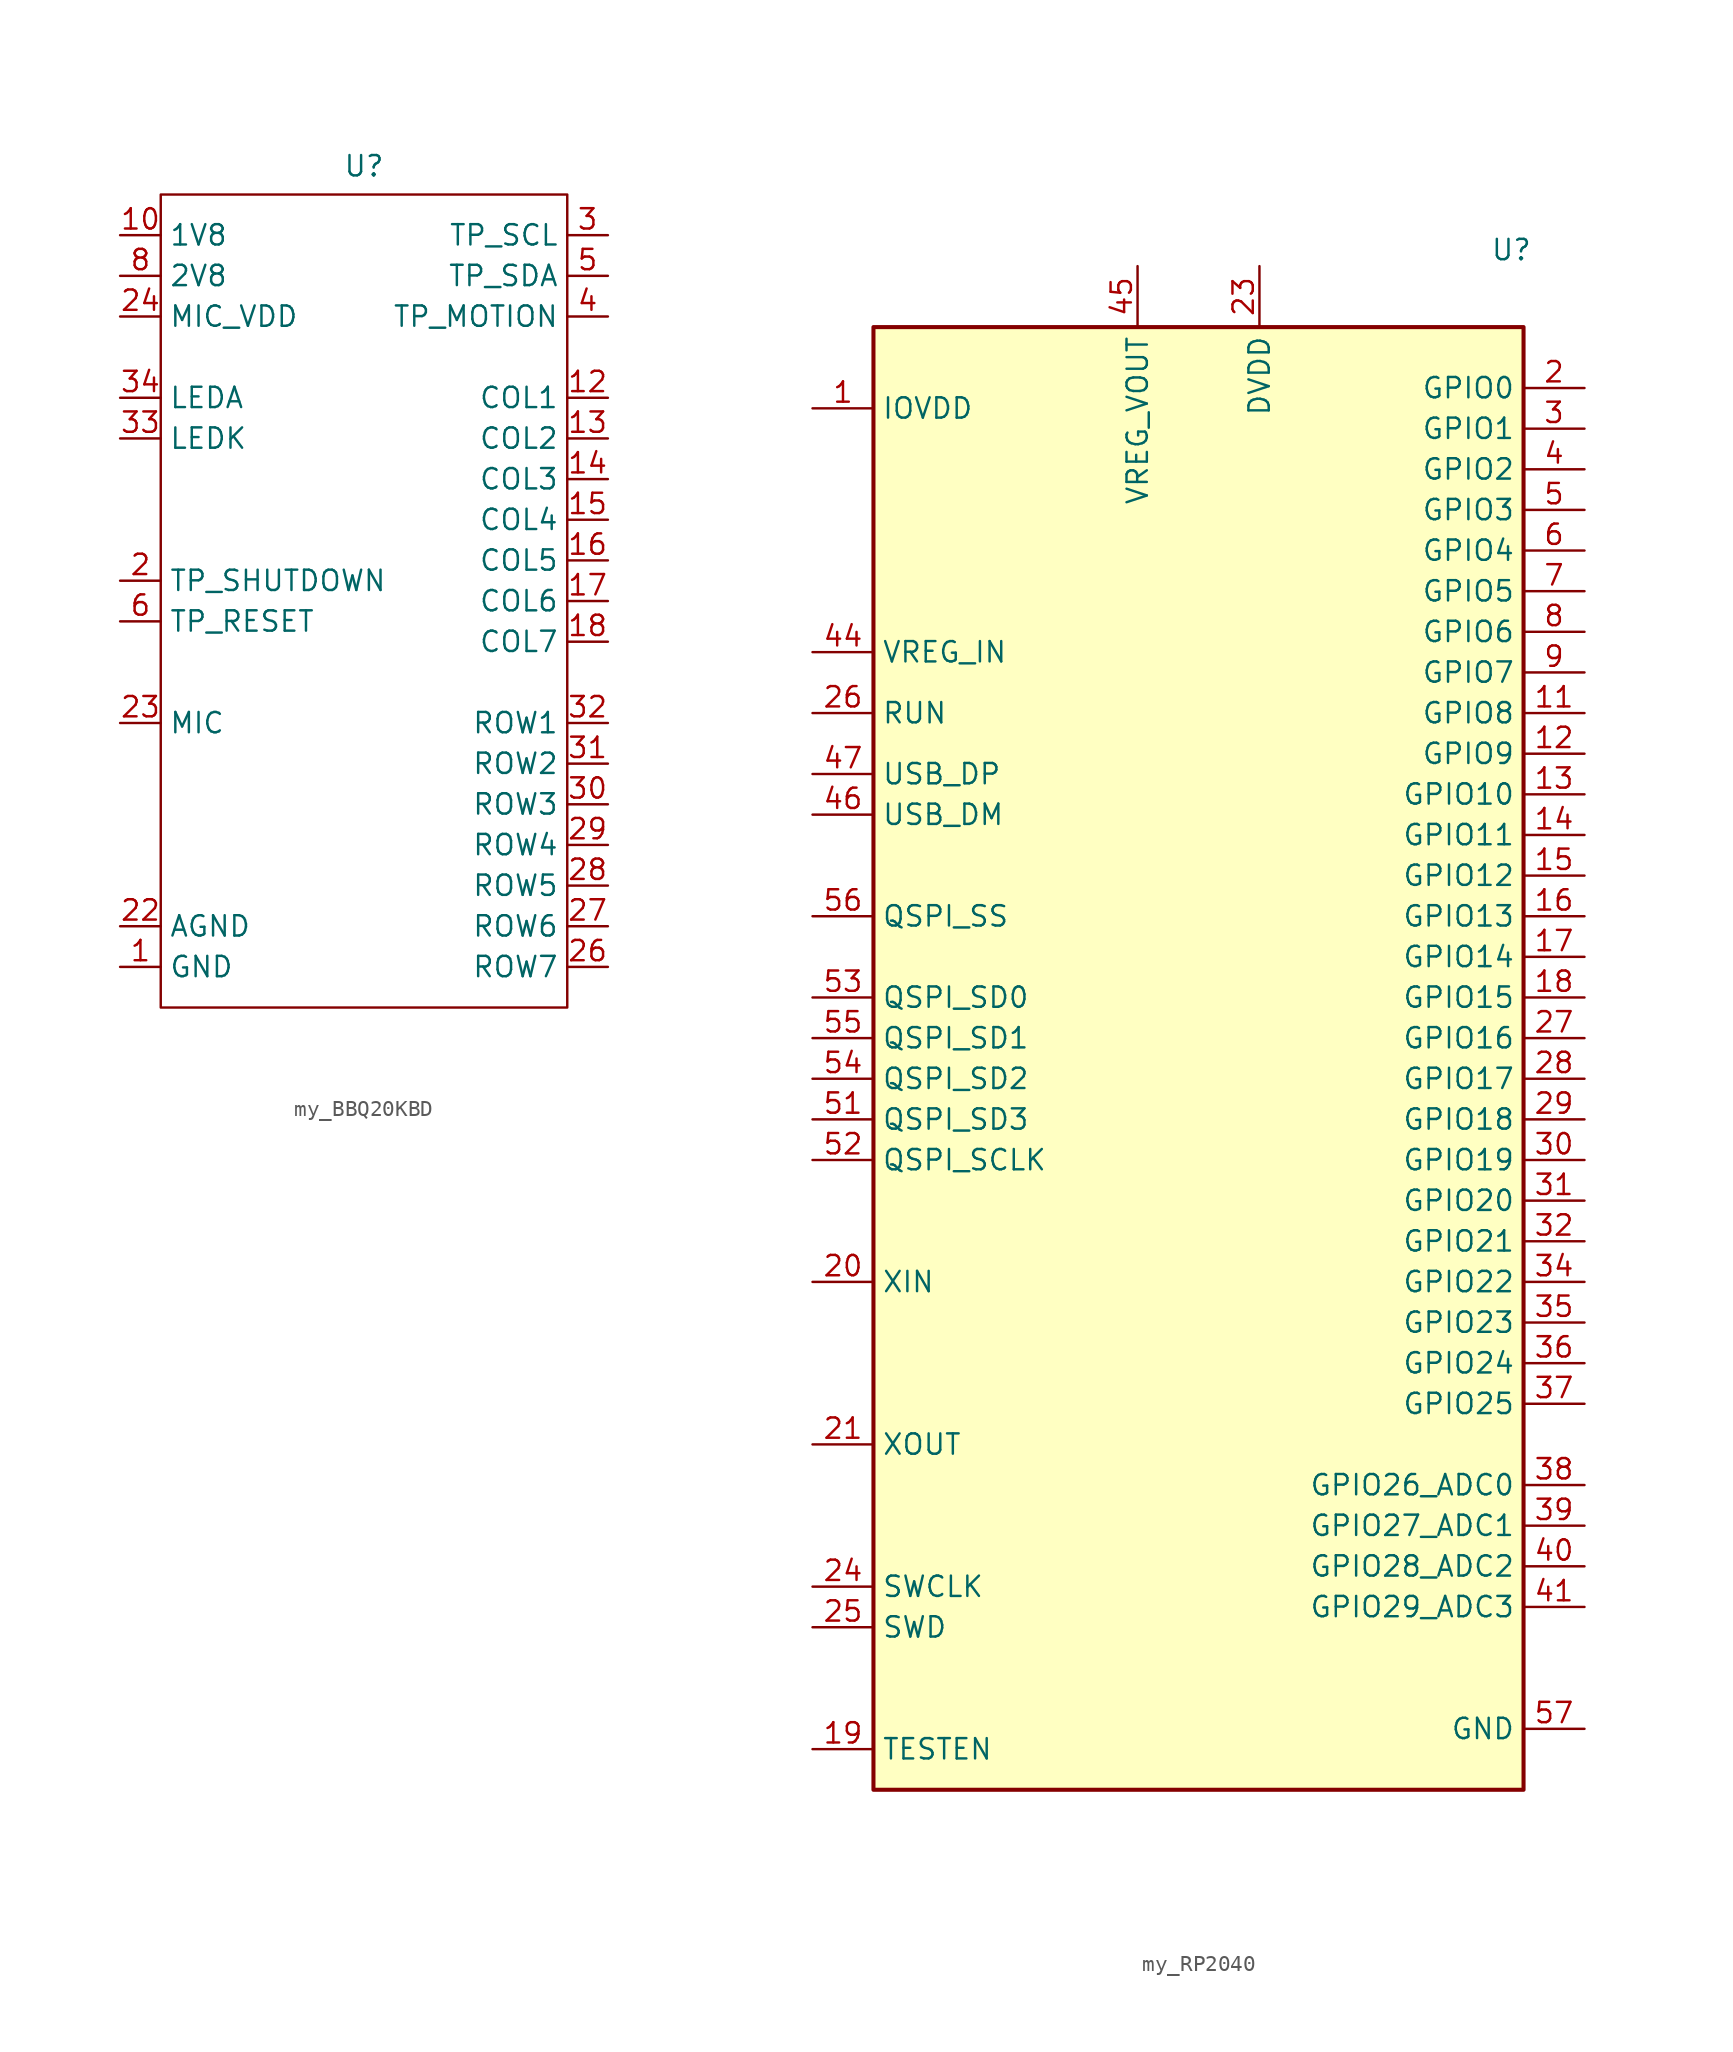
<source format=kicad_sym>
(kicad_symbol_lib
  (version 20231120)
  (generator "kicad_symbol_editor")
  (generator_version "8.0")
  (symbol "my_BBQ20KBD"
    (property "Reference" "U"
      (at 0 1.778 0)
      (effects (font (size 1.27 1.27))))
    (property "Value" ""
      (at 0 0 0)
      (effects (font (size 1.27 1.27))))
    (symbol "my_BBQ20KBD_0_1"
      (rectangle (start -12.7 0) (end 12.7 -50.8) (stroke (width 0) (type default)) (fill (type none))))
    (symbol "my_BBQ20KBD_1_1"
      (pin power_in line (at -15.24 -48.26 0) (length 2.54) (name "GND" (effects (font (size 1.27 1.27)))) (number "1" (effects (font (size 1.27 1.27)))))
      (pin power_in line (at -15.24 -2.54 0) (length 2.54) (name "1V8" (effects (font (size 1.27 1.27)))) (number "10" (effects (font (size 1.27 1.27)))))
      (pin power_in line (at -15.24 -48.26 0) (length 2.54) hide (name "GND" (effects (font (size 1.27 1.27)))) (number "11" (effects (font (size 1.27 1.27)))))
      (pin input line (at 15.24 -12.7 180) (length 2.54) (name "COL1" (effects (font (size 1.27 1.27)))) (number "12" (effects (font (size 1.27 1.27)))))
      (pin input line (at 15.24 -15.24 180) (length 2.54) (name "COL2" (effects (font (size 1.27 1.27)))) (number "13" (effects (font (size 1.27 1.27)))))
      (pin input line (at 15.24 -17.78 180) (length 2.54) (name "COL3" (effects (font (size 1.27 1.27)))) (number "14" (effects (font (size 1.27 1.27)))))
      (pin input line (at 15.24 -20.32 180) (length 2.54) (name "COL4" (effects (font (size 1.27 1.27)))) (number "15" (effects (font (size 1.27 1.27)))))
      (pin input line (at 15.24 -22.86 180) (length 2.54) (name "COL5" (effects (font (size 1.27 1.27)))) (number "16" (effects (font (size 1.27 1.27)))))
      (pin input line (at 15.24 -25.4 180) (length 2.54) (name "COL6" (effects (font (size 1.27 1.27)))) (number "17" (effects (font (size 1.27 1.27)))))
      (pin input line (at 15.24 -27.94 180) (length 2.54) (name "COL7" (effects (font (size 1.27 1.27)))) (number "18" (effects (font (size 1.27 1.27)))))
      (pin power_in line (at -15.24 -48.26 0) (length 2.54) hide (name "GND" (effects (font (size 1.27 1.27)))) (number "19" (effects (font (size 1.27 1.27)))))
      (pin input line (at -15.24 -24.13 0) (length 2.54) (name "TP_SHUTDOWN" (effects (font (size 1.27 1.27)))) (number "2" (effects (font (size 1.27 1.27)))))
      (pin power_in line (at -15.24 -48.26 0) (length 2.54) hide (name "GND" (effects (font (size 1.27 1.27)))) (number "20" (effects (font (size 1.27 1.27)))))
      (pin power_in line (at -15.24 -48.26 0) (length 2.54) hide (name "GND" (effects (font (size 1.27 1.27)))) (number "21" (effects (font (size 1.27 1.27)))))
      (pin power_in line (at -15.24 -45.72 0) (length 2.54) (name "AGND" (effects (font (size 1.27 1.27)))) (number "22" (effects (font (size 1.27 1.27)))))
      (pin output line (at -15.24 -33.02 0) (length 2.54) (name "MIC" (effects (font (size 1.27 1.27)))) (number "23" (effects (font (size 1.27 1.27)))))
      (pin input line (at -15.24 -7.62 0) (length 2.54) (name "MIC_VDD" (effects (font (size 1.27 1.27)))) (number "24" (effects (font (size 1.27 1.27)))))
      (pin passive line (at -15.24 -48.26 0) (length 2.54) hide (name "GND" (effects (font (size 1.27 1.27)))) (number "25" (effects (font (size 1.27 1.27)))))
      (pin input line (at 15.24 -48.26 180) (length 2.54) (name "ROW7" (effects (font (size 1.27 1.27)))) (number "26" (effects (font (size 1.27 1.27)))))
      (pin input line (at 15.24 -45.72 180) (length 2.54) (name "ROW6" (effects (font (size 1.27 1.27)))) (number "27" (effects (font (size 1.27 1.27)))))
      (pin input line (at 15.24 -43.18 180) (length 2.54) (name "ROW5" (effects (font (size 1.27 1.27)))) (number "28" (effects (font (size 1.27 1.27)))))
      (pin input line (at 15.24 -40.64 180) (length 2.54) (name "ROW4" (effects (font (size 1.27 1.27)))) (number "29" (effects (font (size 1.27 1.27)))))
      (pin input line (at 15.24 -2.54 180) (length 2.54) (name "TP_SCL" (effects (font (size 1.27 1.27)))) (number "3" (effects (font (size 1.27 1.27)))))
      (pin input line (at 15.24 -38.1 180) (length 2.54) (name "ROW3" (effects (font (size 1.27 1.27)))) (number "30" (effects (font (size 1.27 1.27)))))
      (pin input line (at 15.24 -35.56 180) (length 2.54) (name "ROW2" (effects (font (size 1.27 1.27)))) (number "31" (effects (font (size 1.27 1.27)))))
      (pin input line (at 15.24 -33.02 180) (length 2.54) (name "ROW1" (effects (font (size 1.27 1.27)))) (number "32" (effects (font (size 1.27 1.27)))))
      (pin input line (at -15.24 -15.24 0) (length 2.54) (name "LEDK" (effects (font (size 1.27 1.27)))) (number "33" (effects (font (size 1.27 1.27)))))
      (pin power_in line (at -15.24 -12.7 0) (length 2.54) (name "LEDA" (effects (font (size 1.27 1.27)))) (number "34" (effects (font (size 1.27 1.27)))))
      (pin passive line (at -15.24 -15.24 0) (length 2.54) hide (name "LEDK" (effects (font (size 1.27 1.27)))) (number "35" (effects (font (size 1.27 1.27)))))
      (pin passive line (at -15.24 -12.7 0) (length 2.54) hide (name "LEDA" (effects (font (size 1.27 1.27)))) (number "36" (effects (font (size 1.27 1.27)))))
      (pin passive line (at -15.24 -15.24 0) (length 2.54) hide (name "LEDK" (effects (font (size 1.27 1.27)))) (number "37" (effects (font (size 1.27 1.27)))))
      (pin no_connect line (at -15.24 -17.78 0) (length 2.54) hide (name "NC" (effects (font (size 1.27 1.27)))) (number "38" (effects (font (size 1.27 1.27)))))
      (pin no_connect line (at -15.24 -20.32 0) (length 2.54) hide (name "NC" (effects (font (size 1.27 1.27)))) (number "39" (effects (font (size 1.27 1.27)))))
      (pin output line (at 15.24 -7.62 180) (length 2.54) (name "TP_MOTION" (effects (font (size 1.27 1.27)))) (number "4" (effects (font (size 1.27 1.27)))))
      (pin passive line (at -15.24 -48.26 0) (length 2.54) hide (name "GND" (effects (font (size 1.27 1.27)))) (number "40" (effects (font (size 1.27 1.27)))))
      (pin bidirectional line (at 15.24 -5.08 180) (length 2.54) (name "TP_SDA" (effects (font (size 1.27 1.27)))) (number "5" (effects (font (size 1.27 1.27)))))
      (pin input line (at -15.24 -26.67 0) (length 2.54) (name "TP_RESET" (effects (font (size 1.27 1.27)))) (number "6" (effects (font (size 1.27 1.27)))))
      (pin passive line (at -15.24 -48.26 0) (length 2.54) hide (name "GND" (effects (font (size 1.27 1.27)))) (number "7" (effects (font (size 1.27 1.27)))))
      (pin power_in line (at -15.24 -5.08 0) (length 2.54) (name "2V8" (effects (font (size 1.27 1.27)))) (number "8" (effects (font (size 1.27 1.27)))))
      (pin power_in line (at -15.24 -48.26 0) (length 2.54) hide (name "GND" (effects (font (size 1.27 1.27)))) (number "9" (effects (font (size 1.27 1.27)))))))
  (symbol "my_RP2040"
    (property "Reference" "U"
      (at 20.828 -1.524 0)
      (effects (font (size 1.27 1.27))))
    (property "Value" ""
      (at 6.35 0 0)
      (effects (font (size 1.27 1.27))))
    (symbol "my_RP2040_0_1"
      (rectangle (start -19.05 -6.35) (end 21.59 -97.79) (stroke (width 0.254) (type default)) (fill (type background))))
    (symbol "my_RP2040_1_1"
      (pin power_in line (at -22.86 -11.43 0) (length 3.81) (name "IOVDD" (effects (font (size 1.27 1.27)))) (number "1" (effects (font (size 1.27 1.27)))))
      (pin passive line (at -22.86 -11.43 0) (length 3.81) hide (name "IOVDD" (effects (font (size 1.27 1.27)))) (number "10" (effects (font (size 1.27 1.27)))))
      (pin bidirectional line (at 25.4 -30.48 180) (length 3.81) (name "GPIO8" (effects (font (size 1.27 1.27)))) (number "11" (effects (font (size 1.27 1.27)))))
      (pin bidirectional line (at 25.4 -33.02 180) (length 3.81) (name "GPIO9" (effects (font (size 1.27 1.27)))) (number "12" (effects (font (size 1.27 1.27)))))
      (pin bidirectional line (at 25.4 -35.56 180) (length 3.81) (name "GPIO10" (effects (font (size 1.27 1.27)))) (number "13" (effects (font (size 1.27 1.27)))))
      (pin bidirectional line (at 25.4 -38.1 180) (length 3.81) (name "GPIO11" (effects (font (size 1.27 1.27)))) (number "14" (effects (font (size 1.27 1.27)))))
      (pin bidirectional line (at 25.4 -40.64 180) (length 3.81) (name "GPIO12" (effects (font (size 1.27 1.27)))) (number "15" (effects (font (size 1.27 1.27)))))
      (pin bidirectional line (at 25.4 -43.18 180) (length 3.81) (name "GPIO13" (effects (font (size 1.27 1.27)))) (number "16" (effects (font (size 1.27 1.27)))))
      (pin bidirectional line (at 25.4 -45.72 180) (length 3.81) (name "GPIO14" (effects (font (size 1.27 1.27)))) (number "17" (effects (font (size 1.27 1.27)))))
      (pin bidirectional line (at 25.4 -48.26 180) (length 3.81) (name "GPIO15" (effects (font (size 1.27 1.27)))) (number "18" (effects (font (size 1.27 1.27)))))
      (pin input line (at -22.86 -95.25 0) (length 3.81) (name "TESTEN" (effects (font (size 1.27 1.27)))) (number "19" (effects (font (size 1.27 1.27)))))
      (pin bidirectional line (at 25.4 -10.16 180) (length 3.81) (name "GPIO0" (effects (font (size 1.27 1.27)))) (number "2" (effects (font (size 1.27 1.27)))))
      (pin input line (at -22.86 -66.04 0) (length 3.81) (name "XIN" (effects (font (size 1.27 1.27)))) (number "20" (effects (font (size 1.27 1.27)))))
      (pin passive line (at -22.86 -76.2 0) (length 3.81) (name "XOUT" (effects (font (size 1.27 1.27)))) (number "21" (effects (font (size 1.27 1.27)))))
      (pin passive line (at -22.86 -11.43 0) (length 3.81) hide (name "IOVDD" (effects (font (size 1.27 1.27)))) (number "22" (effects (font (size 1.27 1.27)))))
      (pin power_in line (at 5.08 -2.54 270) (length 3.81) (name "DVDD" (effects (font (size 1.27 1.27)))) (number "23" (effects (font (size 1.27 1.27)))))
      (pin input line (at -22.86 -85.09 0) (length 3.81) (name "SWCLK" (effects (font (size 1.27 1.27)))) (number "24" (effects (font (size 1.27 1.27)))))
      (pin bidirectional line (at -22.86 -87.63 0) (length 3.81) (name "SWD" (effects (font (size 1.27 1.27)))) (number "25" (effects (font (size 1.27 1.27)))))
      (pin input line (at -22.86 -30.48 0) (length 3.81) (name "RUN" (effects (font (size 1.27 1.27)))) (number "26" (effects (font (size 1.27 1.27)))))
      (pin bidirectional line (at 25.4 -50.8 180) (length 3.81) (name "GPIO16" (effects (font (size 1.27 1.27)))) (number "27" (effects (font (size 1.27 1.27)))))
      (pin bidirectional line (at 25.4 -53.34 180) (length 3.81) (name "GPIO17" (effects (font (size 1.27 1.27)))) (number "28" (effects (font (size 1.27 1.27)))))
      (pin bidirectional line (at 25.4 -55.88 180) (length 3.81) (name "GPIO18" (effects (font (size 1.27 1.27)))) (number "29" (effects (font (size 1.27 1.27)))))
      (pin bidirectional line (at 25.4 -12.7 180) (length 3.81) (name "GPIO1" (effects (font (size 1.27 1.27)))) (number "3" (effects (font (size 1.27 1.27)))))
      (pin bidirectional line (at 25.4 -58.42 180) (length 3.81) (name "GPIO19" (effects (font (size 1.27 1.27)))) (number "30" (effects (font (size 1.27 1.27)))))
      (pin bidirectional line (at 25.4 -60.96 180) (length 3.81) (name "GPIO20" (effects (font (size 1.27 1.27)))) (number "31" (effects (font (size 1.27 1.27)))))
      (pin bidirectional line (at 25.4 -63.5 180) (length 3.81) (name "GPIO21" (effects (font (size 1.27 1.27)))) (number "32" (effects (font (size 1.27 1.27)))))
      (pin passive line (at -22.86 -11.43 0) (length 3.81) hide (name "IOVDD" (effects (font (size 1.27 1.27)))) (number "33" (effects (font (size 1.27 1.27)))))
      (pin bidirectional line (at 25.4 -66.04 180) (length 3.81) (name "GPIO22" (effects (font (size 1.27 1.27)))) (number "34" (effects (font (size 1.27 1.27)))))
      (pin bidirectional line (at 25.4 -68.58 180) (length 3.81) (name "GPIO23" (effects (font (size 1.27 1.27)))) (number "35" (effects (font (size 1.27 1.27)))))
      (pin bidirectional line (at 25.4 -71.12 180) (length 3.81) (name "GPIO24" (effects (font (size 1.27 1.27)))) (number "36" (effects (font (size 1.27 1.27)))))
      (pin bidirectional line (at 25.4 -73.66 180) (length 3.81) (name "GPIO25" (effects (font (size 1.27 1.27)))) (number "37" (effects (font (size 1.27 1.27)))))
      (pin bidirectional line (at 25.4 -78.74 180) (length 3.81) (name "GPIO26_ADC0" (effects (font (size 1.27 1.27)))) (number "38" (effects (font (size 1.27 1.27)))))
      (pin bidirectional line (at 25.4 -81.28 180) (length 3.81) (name "GPIO27_ADC1" (effects (font (size 1.27 1.27)))) (number "39" (effects (font (size 1.27 1.27)))))
      (pin bidirectional line (at 25.4 -15.24 180) (length 3.81) (name "GPIO2" (effects (font (size 1.27 1.27)))) (number "4" (effects (font (size 1.27 1.27)))))
      (pin bidirectional line (at 25.4 -83.82 180) (length 3.81) (name "GPIO28_ADC2" (effects (font (size 1.27 1.27)))) (number "40" (effects (font (size 1.27 1.27)))))
      (pin bidirectional line (at 25.4 -86.36 180) (length 3.81) (name "GPIO29_ADC3" (effects (font (size 1.27 1.27)))) (number "41" (effects (font (size 1.27 1.27)))))
      (pin passive line (at -22.86 -11.43 0) (length 3.81) hide (name "IOVDD" (effects (font (size 1.27 1.27)))) (number "42" (effects (font (size 1.27 1.27)))))
      (pin power_in line (at -22.86 -11.43 0) (length 3.81) hide (name "ADC_AVDD" (effects (font (size 1.27 1.27)))) (number "43" (effects (font (size 1.27 1.27)))))
      (pin power_in line (at -22.86 -26.67 0) (length 3.81) (name "VREG_IN" (effects (font (size 1.27 1.27)))) (number "44" (effects (font (size 1.27 1.27)))))
      (pin power_out line (at -2.54 -2.54 270) (length 3.81) (name "VREG_VOUT" (effects (font (size 1.27 1.27)))) (number "45" (effects (font (size 1.27 1.27)))))
      (pin bidirectional line (at -22.86 -36.83 0) (length 3.81) (name "USB_DM" (effects (font (size 1.27 1.27)))) (number "46" (effects (font (size 1.27 1.27)))))
      (pin bidirectional line (at -22.86 -34.29 0) (length 3.81) (name "USB_DP" (effects (font (size 1.27 1.27)))) (number "47" (effects (font (size 1.27 1.27)))))
      (pin power_in line (at -22.86 -11.43 0) (length 3.81) hide (name "USB_VDD" (effects (font (size 1.27 1.27)))) (number "48" (effects (font (size 1.27 1.27)))))
      (pin passive line (at -22.86 -11.43 0) (length 3.81) hide (name "IOVDD" (effects (font (size 1.27 1.27)))) (number "49" (effects (font (size 1.27 1.27)))))
      (pin bidirectional line (at 25.4 -17.78 180) (length 3.81) (name "GPIO3" (effects (font (size 1.27 1.27)))) (number "5" (effects (font (size 1.27 1.27)))))
      (pin passive line (at 5.08 -2.54 270) (length 3.81) hide (name "DVDD" (effects (font (size 1.27 1.27)))) (number "50" (effects (font (size 1.27 1.27)))))
      (pin bidirectional line (at -22.86 -55.88 0) (length 3.81) (name "QSPI_SD3" (effects (font (size 1.27 1.27)))) (number "51" (effects (font (size 1.27 1.27)))))
      (pin output line (at -22.86 -58.42 0) (length 3.81) (name "QSPI_SCLK" (effects (font (size 1.27 1.27)))) (number "52" (effects (font (size 1.27 1.27)))))
      (pin bidirectional line (at -22.86 -48.26 0) (length 3.81) (name "QSPI_SD0" (effects (font (size 1.27 1.27)))) (number "53" (effects (font (size 1.27 1.27)))))
      (pin bidirectional line (at -22.86 -53.34 0) (length 3.81) (name "QSPI_SD2" (effects (font (size 1.27 1.27)))) (number "54" (effects (font (size 1.27 1.27)))))
      (pin bidirectional line (at -22.86 -50.8 0) (length 3.81) (name "QSPI_SD1" (effects (font (size 1.27 1.27)))) (number "55" (effects (font (size 1.27 1.27)))))
      (pin bidirectional line (at -22.86 -43.18 0) (length 3.81) (name "QSPI_SS" (effects (font (size 1.27 1.27)))) (number "56" (effects (font (size 1.27 1.27)))))
      (pin power_in line (at 25.4 -93.98 180) (length 3.81) (name "GND" (effects (font (size 1.27 1.27)))) (number "57" (effects (font (size 1.27 1.27)))))
      (pin bidirectional line (at 25.4 -20.32 180) (length 3.81) (name "GPIO4" (effects (font (size 1.27 1.27)))) (number "6" (effects (font (size 1.27 1.27)))))
      (pin bidirectional line (at 25.4 -22.86 180) (length 3.81) (name "GPIO5" (effects (font (size 1.27 1.27)))) (number "7" (effects (font (size 1.27 1.27)))))
      (pin bidirectional line (at 25.4 -25.4 180) (length 3.81) (name "GPIO6" (effects (font (size 1.27 1.27)))) (number "8" (effects (font (size 1.27 1.27)))))
      (pin bidirectional line (at 25.4 -27.94 180) (length 3.81) (name "GPIO7" (effects (font (size 1.27 1.27)))) (number "9" (effects (font (size 1.27 1.27))))))))
</source>
